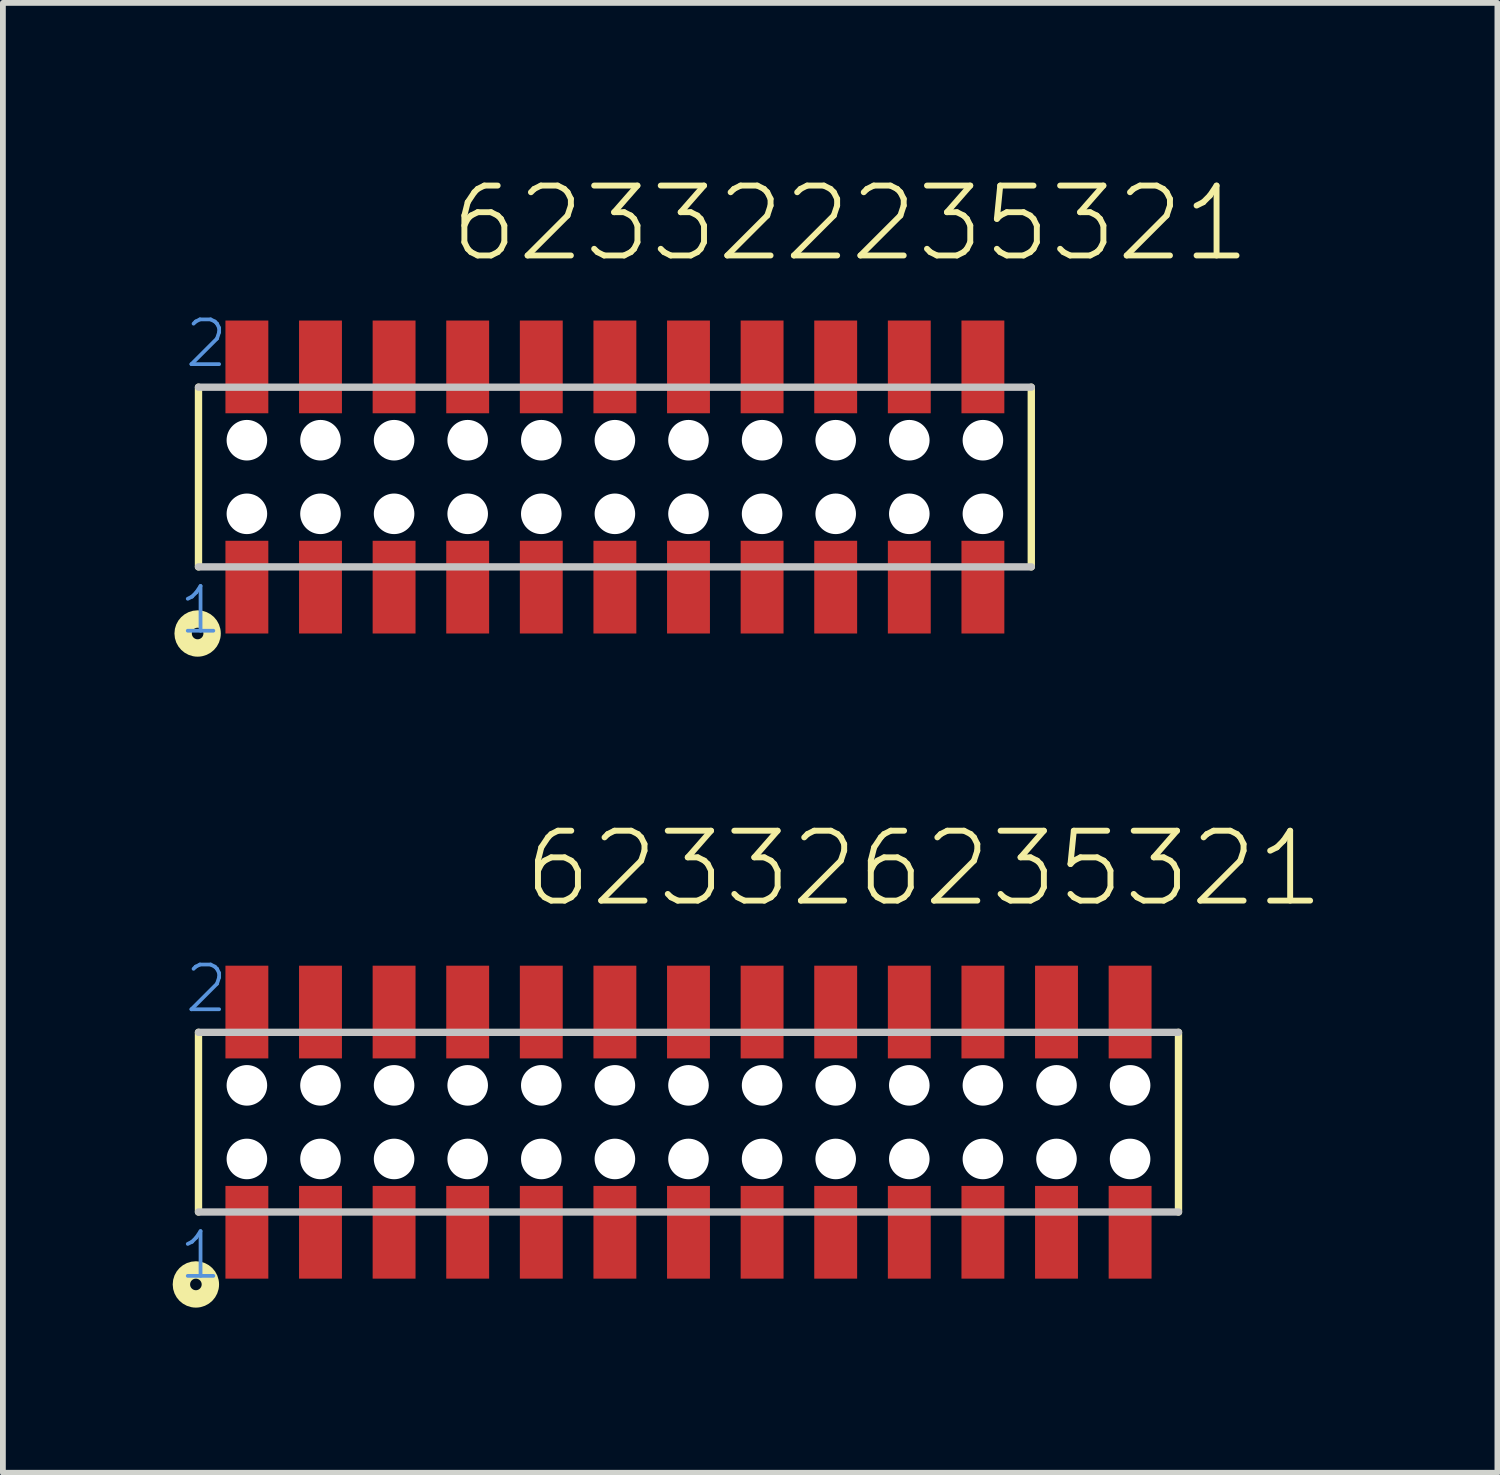
<source format=kicad_pcb>
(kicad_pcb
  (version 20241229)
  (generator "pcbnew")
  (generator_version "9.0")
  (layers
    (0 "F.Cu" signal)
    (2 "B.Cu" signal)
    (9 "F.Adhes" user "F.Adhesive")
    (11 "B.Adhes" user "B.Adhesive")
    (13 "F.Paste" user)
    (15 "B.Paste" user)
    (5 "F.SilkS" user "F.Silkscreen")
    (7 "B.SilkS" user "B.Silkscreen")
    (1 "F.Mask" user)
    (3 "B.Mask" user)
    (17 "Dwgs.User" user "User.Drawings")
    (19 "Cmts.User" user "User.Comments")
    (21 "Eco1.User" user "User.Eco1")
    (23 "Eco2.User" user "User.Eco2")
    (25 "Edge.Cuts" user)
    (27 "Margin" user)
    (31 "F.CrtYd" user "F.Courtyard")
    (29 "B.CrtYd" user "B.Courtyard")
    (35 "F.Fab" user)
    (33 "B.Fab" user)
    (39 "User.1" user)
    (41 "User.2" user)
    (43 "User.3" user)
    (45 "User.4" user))
  (footprint "623326235321"
    (layer "F.Cu")
    (at 8.83 16.313)
    (property "Reference" "623326235321" (at -2.894 -3.67 0) (layer "F.SilkS") (effects (font (size 1.206 1.206) (thickness 0.102)) (justify left bottom)))
    (attr through_hole)
    (fp_line (start -8.455 -1.55) (end -8.455 1.55) (stroke (width 0.127) (type solid)) (layer "F.SilkS"))
    (fp_line (start 8.455 1.55) (end 8.455 -1.55) (stroke (width 0.127) (type solid)) (layer "F.SilkS"))
    (fp_circle (center -8.5 2.8) (end -8.4 2.8) (stroke (width 0.3) (type solid)) (fill no) (layer "F.SilkS"))
    (fp_line (start -8.455 1.55) (end 8.455 1.55) (stroke (width 0.127) (type solid)) (layer "Dwgs.User"))
    (fp_line (start 8.455 -1.55) (end -8.455 -1.55) (stroke (width 0.127) (type solid)) (layer "Dwgs.User"))
    (fp_text user "1" (at -8.83 2.75 0) (layer "Cmts.User") (effects (font (size 0.772 0.772) (thickness 0.065)) (justify left bottom)))
    (fp_text user "2" (at -8.73 -1.85 0) (layer "Cmts.User") (effects (font (size 0.772 0.772) (thickness 0.065)) (justify left bottom)))
    (pad "" np_thru_hole circle (at -7.62 -0.635) (size 0.7 0.7) (drill 0.7) (layers "*.Cu"))
    (pad "" np_thru_hole circle (at -7.62 0.635) (size 0.7 0.7) (drill 0.7) (layers "*.Cu"))
    (pad "" np_thru_hole circle (at -6.35 -0.635) (size 0.7 0.7) (drill 0.7) (layers "*.Cu"))
    (pad "" np_thru_hole circle (at -6.35 0.635) (size 0.7 0.7) (drill 0.7) (layers "*.Cu"))
    (pad "" np_thru_hole circle (at -5.08 -0.635) (size 0.7 0.7) (drill 0.7) (layers "*.Cu"))
    (pad "" np_thru_hole circle (at -5.08 0.635) (size 0.7 0.7) (drill 0.7) (layers "*.Cu"))
    (pad "" np_thru_hole circle (at -3.81 -0.635) (size 0.7 0.7) (drill 0.7) (layers "*.Cu"))
    (pad "" np_thru_hole circle (at -3.81 0.635) (size 0.7 0.7) (drill 0.7) (layers "*.Cu"))
    (pad "" np_thru_hole circle (at -2.54 -0.635) (size 0.7 0.7) (drill 0.7) (layers "*.Cu"))
    (pad "" np_thru_hole circle (at -2.54 0.635) (size 0.7 0.7) (drill 0.7) (layers "*.Cu"))
    (pad "" np_thru_hole circle (at -1.27 -0.635) (size 0.7 0.7) (drill 0.7) (layers "*.Cu"))
    (pad "" np_thru_hole circle (at -1.27 0.635) (size 0.7 0.7) (drill 0.7) (layers "*.Cu"))
    (pad "" np_thru_hole circle (at 0 -0.635) (size 0.7 0.7) (drill 0.7) (layers "*.Cu"))
    (pad "" np_thru_hole circle (at 0 0.635) (size 0.7 0.7) (drill 0.7) (layers "*.Cu"))
    (pad "" np_thru_hole circle (at 1.27 -0.635) (size 0.7 0.7) (drill 0.7) (layers "*.Cu"))
    (pad "" np_thru_hole circle (at 1.27 0.635) (size 0.7 0.7) (drill 0.7) (layers "*.Cu"))
    (pad "" np_thru_hole circle (at 2.54 -0.635) (size 0.7 0.7) (drill 0.7) (layers "*.Cu"))
    (pad "" np_thru_hole circle (at 2.54 0.635) (size 0.7 0.7) (drill 0.7) (layers "*.Cu"))
    (pad "" np_thru_hole circle (at 3.81 -0.635) (size 0.7 0.7) (drill 0.7) (layers "*.Cu"))
    (pad "" np_thru_hole circle (at 3.81 0.635) (size 0.7 0.7) (drill 0.7) (layers "*.Cu"))
    (pad "" np_thru_hole circle (at 5.08 -0.635) (size 0.7 0.7) (drill 0.7) (layers "*.Cu"))
    (pad "" np_thru_hole circle (at 5.08 0.635) (size 0.7 0.7) (drill 0.7) (layers "*.Cu"))
    (pad "" np_thru_hole circle (at 6.35 -0.635) (size 0.7 0.7) (drill 0.7) (layers "*.Cu"))
    (pad "" np_thru_hole circle (at 6.35 0.635) (size 0.7 0.7) (drill 0.7) (layers "*.Cu"))
    (pad "" np_thru_hole circle (at 7.62 -0.635) (size 0.7 0.7) (drill 0.7) (layers "*.Cu"))
    (pad "" np_thru_hole circle (at 7.62 0.635) (size 0.7 0.7) (drill 0.7) (layers "*.Cu"))
    (pad "1" smd rect (at -7.62 1.9) (size 0.74 1.6) (layers "F.Cu" "F.Mask" "F.Paste"))
    (pad "2" smd rect (at -7.62 -1.9 180) (size 0.74 1.6) (layers "F.Cu" "F.Mask" "F.Paste"))
    (pad "3" smd rect (at -6.35 1.9) (size 0.74 1.6) (layers "F.Cu" "F.Mask" "F.Paste"))
    (pad "4" smd rect (at -6.35 -1.9) (size 0.74 1.6) (layers "F.Cu" "F.Mask" "F.Paste"))
    (pad "5" smd rect (at -5.08 1.9) (size 0.74 1.6) (layers "F.Cu" "F.Mask" "F.Paste"))
    (pad "6" smd rect (at -5.08 -1.9) (size 0.74 1.6) (layers "F.Cu" "F.Mask" "F.Paste"))
    (pad "7" smd rect (at -3.81 1.9) (size 0.74 1.6) (layers "F.Cu" "F.Mask" "F.Paste"))
    (pad "8" smd rect (at -3.81 -1.9) (size 0.74 1.6) (layers "F.Cu" "F.Mask" "F.Paste"))
    (pad "9" smd rect (at -2.54 1.9) (size 0.74 1.6) (layers "F.Cu" "F.Mask" "F.Paste"))
    (pad "10" smd rect (at -2.54 -1.9) (size 0.74 1.6) (layers "F.Cu" "F.Mask" "F.Paste"))
    (pad "11" smd rect (at -1.27 1.9) (size 0.74 1.6) (layers "F.Cu" "F.Mask" "F.Paste"))
    (pad "12" smd rect (at -1.27 -1.9) (size 0.74 1.6) (layers "F.Cu" "F.Mask" "F.Paste"))
    (pad "13" smd rect (at 0 1.9) (size 0.74 1.6) (layers "F.Cu" "F.Mask" "F.Paste"))
    (pad "14" smd rect (at 0 -1.9) (size 0.74 1.6) (layers "F.Cu" "F.Mask" "F.Paste"))
    (pad "15" smd rect (at 1.27 1.9) (size 0.74 1.6) (layers "F.Cu" "F.Mask" "F.Paste"))
    (pad "16" smd rect (at 1.27 -1.9) (size 0.74 1.6) (layers "F.Cu" "F.Mask" "F.Paste"))
    (pad "17" smd rect (at 2.54 1.9) (size 0.74 1.6) (layers "F.Cu" "F.Mask" "F.Paste"))
    (pad "18" smd rect (at 2.54 -1.9) (size 0.74 1.6) (layers "F.Cu" "F.Mask" "F.Paste"))
    (pad "19" smd rect (at 3.81 1.9) (size 0.74 1.6) (layers "F.Cu" "F.Mask" "F.Paste"))
    (pad "20" smd rect (at 3.81 -1.9) (size 0.74 1.6) (layers "F.Cu" "F.Mask" "F.Paste"))
    (pad "21" smd rect (at 5.08 1.9) (size 0.74 1.6) (layers "F.Cu" "F.Mask" "F.Paste"))
    (pad "22" smd rect (at 5.08 -1.9) (size 0.74 1.6) (layers "F.Cu" "F.Mask" "F.Paste"))
    (pad "23" smd rect (at 6.35 1.9) (size 0.74 1.6) (layers "F.Cu" "F.Mask" "F.Paste"))
    (pad "24" smd rect (at 6.35 -1.9) (size 0.74 1.6) (layers "F.Cu" "F.Mask" "F.Paste"))
    (pad "25" smd rect (at 7.62 1.9) (size 0.74 1.6) (layers "F.Cu" "F.Mask" "F.Paste"))
    (pad "26" smd rect (at 7.62 -1.9) (size 0.74 1.6) (layers "F.Cu" "F.Mask" "F.Paste")))
  (footprint "623322235321"
    (layer "F.Cu")
    (at 7.56 5.181)
    (property "Reference" "623322235321" (at -2.894 -3.67 0) (layer "F.SilkS") (effects (font (size 1.206 1.206) (thickness 0.102)) (justify left bottom)))
    (attr through_hole)
    (fp_line (start -7.185 -1.55) (end -7.185 1.55) (stroke (width 0.127) (type solid)) (layer "F.SilkS"))
    (fp_line (start 7.185 1.55) (end 7.185 -1.55) (stroke (width 0.127) (type solid)) (layer "F.SilkS"))
    (fp_circle (center -7.2 2.7) (end -7.1 2.7) (stroke (width 0.3) (type solid)) (fill no) (layer "F.SilkS"))
    (fp_line (start -7.185 1.55) (end 7.185 1.55) (stroke (width 0.127) (type solid)) (layer "Dwgs.User"))
    (fp_line (start 7.185 -1.55) (end -7.185 -1.55) (stroke (width 0.127) (type solid)) (layer "Dwgs.User"))
    (fp_text user "2" (at -7.46 -1.85 0) (layer "Cmts.User") (effects (font (size 0.772 0.772) (thickness 0.065)) (justify left bottom)))
    (fp_text user "1" (at -7.56 2.75 0) (layer "Cmts.User") (effects (font (size 0.772 0.772) (thickness 0.065)) (justify left bottom)))
    (pad "" np_thru_hole circle (at -6.35 -0.635) (size 0.7 0.7) (drill 0.7) (layers "*.Cu"))
    (pad "" np_thru_hole circle (at -6.35 0.635) (size 0.7 0.7) (drill 0.7) (layers "*.Cu"))
    (pad "" np_thru_hole circle (at -5.08 -0.635) (size 0.7 0.7) (drill 0.7) (layers "*.Cu"))
    (pad "" np_thru_hole circle (at -5.08 0.635) (size 0.7 0.7) (drill 0.7) (layers "*.Cu"))
    (pad "" np_thru_hole circle (at -3.81 -0.635) (size 0.7 0.7) (drill 0.7) (layers "*.Cu"))
    (pad "" np_thru_hole circle (at -3.81 0.635) (size 0.7 0.7) (drill 0.7) (layers "*.Cu"))
    (pad "" np_thru_hole circle (at -2.54 -0.635) (size 0.7 0.7) (drill 0.7) (layers "*.Cu"))
    (pad "" np_thru_hole circle (at -2.54 0.635) (size 0.7 0.7) (drill 0.7) (layers "*.Cu"))
    (pad "" np_thru_hole circle (at -1.27 -0.635) (size 0.7 0.7) (drill 0.7) (layers "*.Cu"))
    (pad "" np_thru_hole circle (at -1.27 0.635) (size 0.7 0.7) (drill 0.7) (layers "*.Cu"))
    (pad "" np_thru_hole circle (at 0 -0.635) (size 0.7 0.7) (drill 0.7) (layers "*.Cu"))
    (pad "" np_thru_hole circle (at 0 0.635) (size 0.7 0.7) (drill 0.7) (layers "*.Cu"))
    (pad "" np_thru_hole circle (at 1.27 -0.635) (size 0.7 0.7) (drill 0.7) (layers "*.Cu"))
    (pad "" np_thru_hole circle (at 1.27 0.635) (size 0.7 0.7) (drill 0.7) (layers "*.Cu"))
    (pad "" np_thru_hole circle (at 2.54 -0.635) (size 0.7 0.7) (drill 0.7) (layers "*.Cu"))
    (pad "" np_thru_hole circle (at 2.54 0.635) (size 0.7 0.7) (drill 0.7) (layers "*.Cu"))
    (pad "" np_thru_hole circle (at 3.81 -0.635) (size 0.7 0.7) (drill 0.7) (layers "*.Cu"))
    (pad "" np_thru_hole circle (at 3.81 0.635) (size 0.7 0.7) (drill 0.7) (layers "*.Cu"))
    (pad "" np_thru_hole circle (at 5.08 -0.635) (size 0.7 0.7) (drill 0.7) (layers "*.Cu"))
    (pad "" np_thru_hole circle (at 5.08 0.635) (size 0.7 0.7) (drill 0.7) (layers "*.Cu"))
    (pad "" np_thru_hole circle (at 6.35 -0.635) (size 0.7 0.7) (drill 0.7) (layers "*.Cu"))
    (pad "" np_thru_hole circle (at 6.35 0.635) (size 0.7 0.7) (drill 0.7) (layers "*.Cu"))
    (pad "1" smd rect (at -6.35 1.9) (size 0.74 1.6) (layers "F.Cu" "F.Mask" "F.Paste"))
    (pad "2" smd rect (at -6.35 -1.9 180) (size 0.74 1.6) (layers "F.Cu" "F.Mask" "F.Paste"))
    (pad "3" smd rect (at -5.08 1.9) (size 0.74 1.6) (layers "F.Cu" "F.Mask" "F.Paste"))
    (pad "4" smd rect (at -5.08 -1.9) (size 0.74 1.6) (layers "F.Cu" "F.Mask" "F.Paste"))
    (pad "5" smd rect (at -3.81 1.9) (size 0.74 1.6) (layers "F.Cu" "F.Mask" "F.Paste"))
    (pad "6" smd rect (at -3.81 -1.9) (size 0.74 1.6) (layers "F.Cu" "F.Mask" "F.Paste"))
    (pad "7" smd rect (at -2.54 1.9) (size 0.74 1.6) (layers "F.Cu" "F.Mask" "F.Paste"))
    (pad "8" smd rect (at -2.54 -1.9) (size 0.74 1.6) (layers "F.Cu" "F.Mask" "F.Paste"))
    (pad "9" smd rect (at -1.27 1.9) (size 0.74 1.6) (layers "F.Cu" "F.Mask" "F.Paste"))
    (pad "10" smd rect (at -1.27 -1.9) (size 0.74 1.6) (layers "F.Cu" "F.Mask" "F.Paste"))
    (pad "11" smd rect (at 0 1.9) (size 0.74 1.6) (layers "F.Cu" "F.Mask" "F.Paste"))
    (pad "12" smd rect (at 0 -1.9) (size 0.74 1.6) (layers "F.Cu" "F.Mask" "F.Paste"))
    (pad "13" smd rect (at 1.27 1.9) (size 0.74 1.6) (layers "F.Cu" "F.Mask" "F.Paste"))
    (pad "14" smd rect (at 1.27 -1.9) (size 0.74 1.6) (layers "F.Cu" "F.Mask" "F.Paste"))
    (pad "15" smd rect (at 2.54 1.9) (size 0.74 1.6) (layers "F.Cu" "F.Mask" "F.Paste"))
    (pad "16" smd rect (at 2.54 -1.9) (size 0.74 1.6) (layers "F.Cu" "F.Mask" "F.Paste"))
    (pad "17" smd rect (at 3.81 1.9) (size 0.74 1.6) (layers "F.Cu" "F.Mask" "F.Paste"))
    (pad "18" smd rect (at 3.81 -1.9) (size 0.74 1.6) (layers "F.Cu" "F.Mask" "F.Paste"))
    (pad "19" smd rect (at 5.08 1.9) (size 0.74 1.6) (layers "F.Cu" "F.Mask" "F.Paste"))
    (pad "20" smd rect (at 5.08 -1.9) (size 0.74 1.6) (layers "F.Cu" "F.Mask" "F.Paste"))
    (pad "21" smd rect (at 6.35 1.9) (size 0.74 1.6) (layers "F.Cu" "F.Mask" "F.Paste"))
    (pad "22" smd rect (at 6.35 -1.9) (size 0.74 1.6) (layers "F.Cu" "F.Mask" "F.Paste")))
  (gr_rect
    (start -3 -3)
    (end 22.788 22.363)
    (stroke (width 0.1) (type default))
    (fill no)
    (layer "Edge.Cuts")))
</source>
